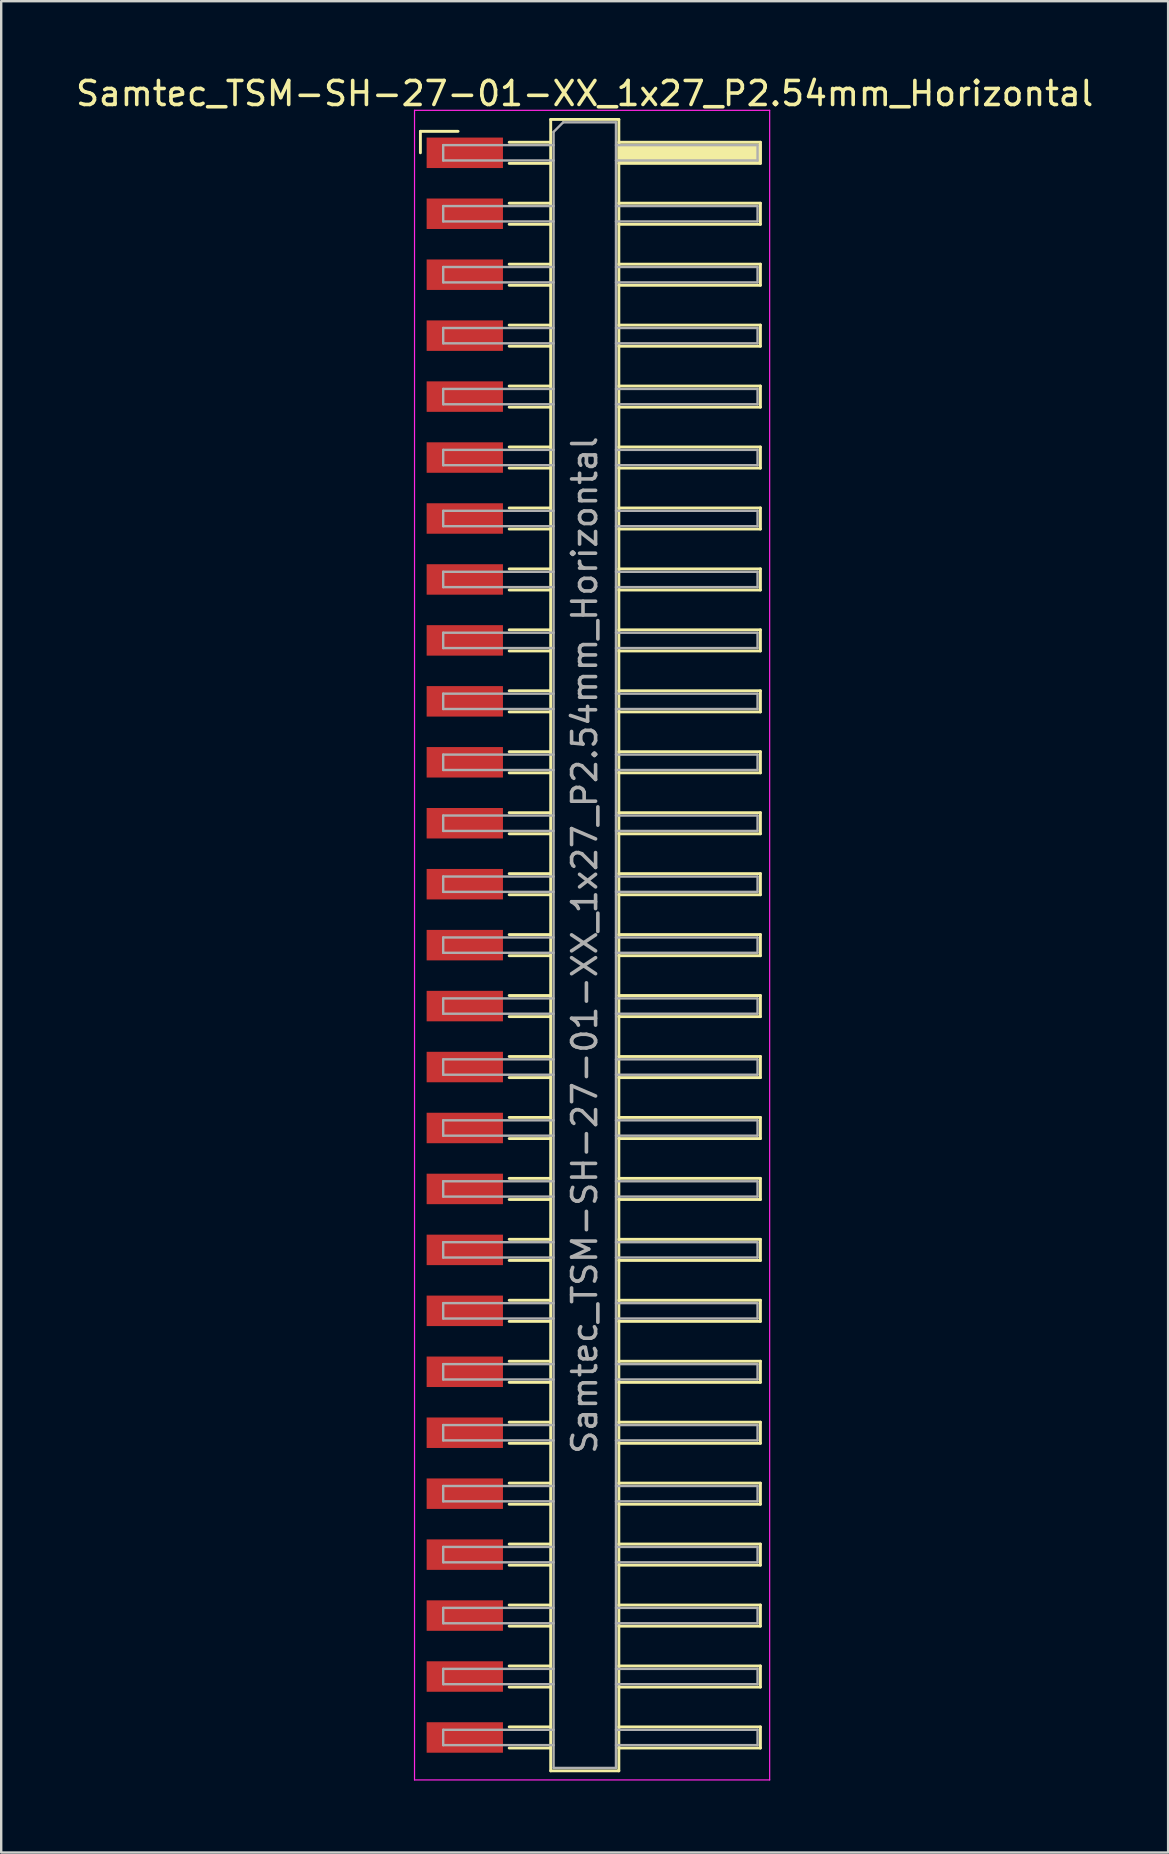
<source format=kicad_pcb>
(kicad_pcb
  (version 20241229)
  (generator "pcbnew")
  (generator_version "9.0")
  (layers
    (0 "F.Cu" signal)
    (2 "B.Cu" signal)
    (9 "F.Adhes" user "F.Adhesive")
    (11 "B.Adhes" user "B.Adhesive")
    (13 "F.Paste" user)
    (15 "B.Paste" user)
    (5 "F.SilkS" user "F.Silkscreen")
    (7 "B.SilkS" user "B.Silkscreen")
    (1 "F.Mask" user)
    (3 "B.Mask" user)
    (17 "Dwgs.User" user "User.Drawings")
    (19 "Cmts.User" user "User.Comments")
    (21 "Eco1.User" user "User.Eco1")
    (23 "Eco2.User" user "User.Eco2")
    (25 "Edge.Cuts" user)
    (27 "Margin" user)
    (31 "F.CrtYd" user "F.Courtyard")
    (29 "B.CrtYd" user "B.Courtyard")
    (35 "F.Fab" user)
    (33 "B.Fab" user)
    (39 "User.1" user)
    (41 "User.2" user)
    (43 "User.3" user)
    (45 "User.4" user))
  (footprint "Samtec_TSM-SH-27-01-XX_1x27_P2.54mm_Horizontal"
    (layer "F.Cu")
    (at 21.505 36.338)
    (property "Reference" "Samtec_TSM-SH-27-01-XX_1x27_P2.54mm_Horizontal" (at -0.19 -35.49 0) (layer "F.SilkS") (effects (font (size 1 1) (thickness 0.15))))
    (attr smd)
    (fp_line (start -7.035 -33.915) (end -5.465 -33.915) (stroke (width 0.12) (type solid)) (layer "F.SilkS"))
    (fp_line (start -7.035 -33.02) (end -7.035 -33.915) (stroke (width 0.12) (type solid)) (layer "F.SilkS"))
    (fp_line (start -3.335 -33.46) (end -1.605 -33.46) (stroke (width 0.12) (type solid)) (layer "F.SilkS"))
    (fp_line (start -3.335 -32.58) (end -1.605 -32.58) (stroke (width 0.12) (type solid)) (layer "F.SilkS"))
    (fp_line (start -3.335 -30.92) (end -1.605 -30.92) (stroke (width 0.12) (type solid)) (layer "F.SilkS"))
    (fp_line (start -3.335 -30.04) (end -1.605 -30.04) (stroke (width 0.12) (type solid)) (layer "F.SilkS"))
    (fp_line (start -3.335 -28.38) (end -1.605 -28.38) (stroke (width 0.12) (type solid)) (layer "F.SilkS"))
    (fp_line (start -3.335 -27.5) (end -1.605 -27.5) (stroke (width 0.12) (type solid)) (layer "F.SilkS"))
    (fp_line (start -3.335 -25.84) (end -1.605 -25.84) (stroke (width 0.12) (type solid)) (layer "F.SilkS"))
    (fp_line (start -3.335 -24.96) (end -1.605 -24.96) (stroke (width 0.12) (type solid)) (layer "F.SilkS"))
    (fp_line (start -3.335 -23.3) (end -1.605 -23.3) (stroke (width 0.12) (type solid)) (layer "F.SilkS"))
    (fp_line (start -3.335 -22.42) (end -1.605 -22.42) (stroke (width 0.12) (type solid)) (layer "F.SilkS"))
    (fp_line (start -3.335 -20.76) (end -1.605 -20.76) (stroke (width 0.12) (type solid)) (layer "F.SilkS"))
    (fp_line (start -3.335 -19.88) (end -1.605 -19.88) (stroke (width 0.12) (type solid)) (layer "F.SilkS"))
    (fp_line (start -3.335 -18.22) (end -1.605 -18.22) (stroke (width 0.12) (type solid)) (layer "F.SilkS"))
    (fp_line (start -3.335 -17.34) (end -1.605 -17.34) (stroke (width 0.12) (type solid)) (layer "F.SilkS"))
    (fp_line (start -3.335 -15.68) (end -1.605 -15.68) (stroke (width 0.12) (type solid)) (layer "F.SilkS"))
    (fp_line (start -3.335 -14.8) (end -1.605 -14.8) (stroke (width 0.12) (type solid)) (layer "F.SilkS"))
    (fp_line (start -3.335 -13.14) (end -1.605 -13.14) (stroke (width 0.12) (type solid)) (layer "F.SilkS"))
    (fp_line (start -3.335 -12.26) (end -1.605 -12.26) (stroke (width 0.12) (type solid)) (layer "F.SilkS"))
    (fp_line (start -3.335 -10.6) (end -1.605 -10.6) (stroke (width 0.12) (type solid)) (layer "F.SilkS"))
    (fp_line (start -3.335 -9.72) (end -1.605 -9.72) (stroke (width 0.12) (type solid)) (layer "F.SilkS"))
    (fp_line (start -3.335 -8.06) (end -1.605 -8.06) (stroke (width 0.12) (type solid)) (layer "F.SilkS"))
    (fp_line (start -3.335 -7.18) (end -1.605 -7.18) (stroke (width 0.12) (type solid)) (layer "F.SilkS"))
    (fp_line (start -3.335 -5.52) (end -1.605 -5.52) (stroke (width 0.12) (type solid)) (layer "F.SilkS"))
    (fp_line (start -3.335 -4.64) (end -1.605 -4.64) (stroke (width 0.12) (type solid)) (layer "F.SilkS"))
    (fp_line (start -3.335 -2.98) (end -1.605 -2.98) (stroke (width 0.12) (type solid)) (layer "F.SilkS"))
    (fp_line (start -3.335 -2.1) (end -1.605 -2.1) (stroke (width 0.12) (type solid)) (layer "F.SilkS"))
    (fp_line (start -3.335 -0.44) (end -1.605 -0.44) (stroke (width 0.12) (type solid)) (layer "F.SilkS"))
    (fp_line (start -3.335 0.44) (end -1.605 0.44) (stroke (width 0.12) (type solid)) (layer "F.SilkS"))
    (fp_line (start -3.335 2.1) (end -1.605 2.1) (stroke (width 0.12) (type solid)) (layer "F.SilkS"))
    (fp_line (start -3.335 2.98) (end -1.605 2.98) (stroke (width 0.12) (type solid)) (layer "F.SilkS"))
    (fp_line (start -3.335 4.64) (end -1.605 4.64) (stroke (width 0.12) (type solid)) (layer "F.SilkS"))
    (fp_line (start -3.335 5.52) (end -1.605 5.52) (stroke (width 0.12) (type solid)) (layer "F.SilkS"))
    (fp_line (start -3.335 7.18) (end -1.605 7.18) (stroke (width 0.12) (type solid)) (layer "F.SilkS"))
    (fp_line (start -3.335 8.06) (end -1.605 8.06) (stroke (width 0.12) (type solid)) (layer "F.SilkS"))
    (fp_line (start -3.335 9.72) (end -1.605 9.72) (stroke (width 0.12) (type solid)) (layer "F.SilkS"))
    (fp_line (start -3.335 10.6) (end -1.605 10.6) (stroke (width 0.12) (type solid)) (layer "F.SilkS"))
    (fp_line (start -3.335 12.26) (end -1.605 12.26) (stroke (width 0.12) (type solid)) (layer "F.SilkS"))
    (fp_line (start -3.335 13.14) (end -1.605 13.14) (stroke (width 0.12) (type solid)) (layer "F.SilkS"))
    (fp_line (start -3.335 14.8) (end -1.605 14.8) (stroke (width 0.12) (type solid)) (layer "F.SilkS"))
    (fp_line (start -3.335 15.68) (end -1.605 15.68) (stroke (width 0.12) (type solid)) (layer "F.SilkS"))
    (fp_line (start -3.335 17.34) (end -1.605 17.34) (stroke (width 0.12) (type solid)) (layer "F.SilkS"))
    (fp_line (start -3.335 18.22) (end -1.605 18.22) (stroke (width 0.12) (type solid)) (layer "F.SilkS"))
    (fp_line (start -3.335 19.88) (end -1.605 19.88) (stroke (width 0.12) (type solid)) (layer "F.SilkS"))
    (fp_line (start -3.335 20.76) (end -1.605 20.76) (stroke (width 0.12) (type solid)) (layer "F.SilkS"))
    (fp_line (start -3.335 22.42) (end -1.605 22.42) (stroke (width 0.12) (type solid)) (layer "F.SilkS"))
    (fp_line (start -3.335 23.3) (end -1.605 23.3) (stroke (width 0.12) (type solid)) (layer "F.SilkS"))
    (fp_line (start -3.335 24.96) (end -1.605 24.96) (stroke (width 0.12) (type solid)) (layer "F.SilkS"))
    (fp_line (start -3.335 25.84) (end -1.605 25.84) (stroke (width 0.12) (type solid)) (layer "F.SilkS"))
    (fp_line (start -3.335 27.5) (end -1.605 27.5) (stroke (width 0.12) (type solid)) (layer "F.SilkS"))
    (fp_line (start -3.335 28.38) (end -1.605 28.38) (stroke (width 0.12) (type solid)) (layer "F.SilkS"))
    (fp_line (start -3.335 30.04) (end -1.605 30.04) (stroke (width 0.12) (type solid)) (layer "F.SilkS"))
    (fp_line (start -3.335 30.92) (end -1.605 30.92) (stroke (width 0.12) (type solid)) (layer "F.SilkS"))
    (fp_line (start -3.335 32.58) (end -1.605 32.58) (stroke (width 0.12) (type solid)) (layer "F.SilkS"))
    (fp_line (start -3.335 33.46) (end -1.605 33.46) (stroke (width 0.12) (type solid)) (layer "F.SilkS"))
    (fp_line (start -1.605 -34.41) (end 1.235 -34.41) (stroke (width 0.12) (type solid)) (layer "F.SilkS"))
    (fp_line (start -1.605 34.41) (end -1.605 -34.41) (stroke (width 0.12) (type solid)) (layer "F.SilkS"))
    (fp_line (start 1.235 -34.41) (end 1.235 34.41) (stroke (width 0.12) (type solid)) (layer "F.SilkS"))
    (fp_line (start 1.235 -33.46) (end 7.135 -33.46) (stroke (width 0.12) (type solid)) (layer "F.SilkS"))
    (fp_line (start 1.235 -30.92) (end 7.135 -30.92) (stroke (width 0.12) (type solid)) (layer "F.SilkS"))
    (fp_line (start 1.235 -28.38) (end 7.135 -28.38) (stroke (width 0.12) (type solid)) (layer "F.SilkS"))
    (fp_line (start 1.235 -25.84) (end 7.135 -25.84) (stroke (width 0.12) (type solid)) (layer "F.SilkS"))
    (fp_line (start 1.235 -23.3) (end 7.135 -23.3) (stroke (width 0.12) (type solid)) (layer "F.SilkS"))
    (fp_line (start 1.235 -20.76) (end 7.135 -20.76) (stroke (width 0.12) (type solid)) (layer "F.SilkS"))
    (fp_line (start 1.235 -18.22) (end 7.135 -18.22) (stroke (width 0.12) (type solid)) (layer "F.SilkS"))
    (fp_line (start 1.235 -15.68) (end 7.135 -15.68) (stroke (width 0.12) (type solid)) (layer "F.SilkS"))
    (fp_line (start 1.235 -13.14) (end 7.135 -13.14) (stroke (width 0.12) (type solid)) (layer "F.SilkS"))
    (fp_line (start 1.235 -10.6) (end 7.135 -10.6) (stroke (width 0.12) (type solid)) (layer "F.SilkS"))
    (fp_line (start 1.235 -8.06) (end 7.135 -8.06) (stroke (width 0.12) (type solid)) (layer "F.SilkS"))
    (fp_line (start 1.235 -5.52) (end 7.135 -5.52) (stroke (width 0.12) (type solid)) (layer "F.SilkS"))
    (fp_line (start 1.235 -2.98) (end 7.135 -2.98) (stroke (width 0.12) (type solid)) (layer "F.SilkS"))
    (fp_line (start 1.235 -0.44) (end 7.135 -0.44) (stroke (width 0.12) (type solid)) (layer "F.SilkS"))
    (fp_line (start 1.235 2.1) (end 7.135 2.1) (stroke (width 0.12) (type solid)) (layer "F.SilkS"))
    (fp_line (start 1.235 4.64) (end 7.135 4.64) (stroke (width 0.12) (type solid)) (layer "F.SilkS"))
    (fp_line (start 1.235 7.18) (end 7.135 7.18) (stroke (width 0.12) (type solid)) (layer "F.SilkS"))
    (fp_line (start 1.235 9.72) (end 7.135 9.72) (stroke (width 0.12) (type solid)) (layer "F.SilkS"))
    (fp_line (start 1.235 12.26) (end 7.135 12.26) (stroke (width 0.12) (type solid)) (layer "F.SilkS"))
    (fp_line (start 1.235 14.8) (end 7.135 14.8) (stroke (width 0.12) (type solid)) (layer "F.SilkS"))
    (fp_line (start 1.235 17.34) (end 7.135 17.34) (stroke (width 0.12) (type solid)) (layer "F.SilkS"))
    (fp_line (start 1.235 19.88) (end 7.135 19.88) (stroke (width 0.12) (type solid)) (layer "F.SilkS"))
    (fp_line (start 1.235 22.42) (end 7.135 22.42) (stroke (width 0.12) (type solid)) (layer "F.SilkS"))
    (fp_line (start 1.235 24.96) (end 7.135 24.96) (stroke (width 0.12) (type solid)) (layer "F.SilkS"))
    (fp_line (start 1.235 27.5) (end 7.135 27.5) (stroke (width 0.12) (type solid)) (layer "F.SilkS"))
    (fp_line (start 1.235 30.04) (end 7.135 30.04) (stroke (width 0.12) (type solid)) (layer "F.SilkS"))
    (fp_line (start 1.235 32.58) (end 7.135 32.58) (stroke (width 0.12) (type solid)) (layer "F.SilkS"))
    (fp_line (start 1.235 34.41) (end -1.605 34.41) (stroke (width 0.12) (type solid)) (layer "F.SilkS"))
    (fp_line (start 7.135 -33.46) (end 7.135 -32.58) (stroke (width 0.12) (type solid)) (layer "F.SilkS"))
    (fp_line (start 7.135 -32.58) (end 1.235 -32.58) (stroke (width 0.12) (type solid)) (layer "F.SilkS"))
    (fp_line (start 7.135 -30.92) (end 7.135 -30.04) (stroke (width 0.12) (type solid)) (layer "F.SilkS"))
    (fp_line (start 7.135 -30.04) (end 1.235 -30.04) (stroke (width 0.12) (type solid)) (layer "F.SilkS"))
    (fp_line (start 7.135 -28.38) (end 7.135 -27.5) (stroke (width 0.12) (type solid)) (layer "F.SilkS"))
    (fp_line (start 7.135 -27.5) (end 1.235 -27.5) (stroke (width 0.12) (type solid)) (layer "F.SilkS"))
    (fp_line (start 7.135 -25.84) (end 7.135 -24.96) (stroke (width 0.12) (type solid)) (layer "F.SilkS"))
    (fp_line (start 7.135 -24.96) (end 1.235 -24.96) (stroke (width 0.12) (type solid)) (layer "F.SilkS"))
    (fp_line (start 7.135 -23.3) (end 7.135 -22.42) (stroke (width 0.12) (type solid)) (layer "F.SilkS"))
    (fp_line (start 7.135 -22.42) (end 1.235 -22.42) (stroke (width 0.12) (type solid)) (layer "F.SilkS"))
    (fp_line (start 7.135 -20.76) (end 7.135 -19.88) (stroke (width 0.12) (type solid)) (layer "F.SilkS"))
    (fp_line (start 7.135 -19.88) (end 1.235 -19.88) (stroke (width 0.12) (type solid)) (layer "F.SilkS"))
    (fp_line (start 7.135 -18.22) (end 7.135 -17.34) (stroke (width 0.12) (type solid)) (layer "F.SilkS"))
    (fp_line (start 7.135 -17.34) (end 1.235 -17.34) (stroke (width 0.12) (type solid)) (layer "F.SilkS"))
    (fp_line (start 7.135 -15.68) (end 7.135 -14.8) (stroke (width 0.12) (type solid)) (layer "F.SilkS"))
    (fp_line (start 7.135 -14.8) (end 1.235 -14.8) (stroke (width 0.12) (type solid)) (layer "F.SilkS"))
    (fp_line (start 7.135 -13.14) (end 7.135 -12.26) (stroke (width 0.12) (type solid)) (layer "F.SilkS"))
    (fp_line (start 7.135 -12.26) (end 1.235 -12.26) (stroke (width 0.12) (type solid)) (layer "F.SilkS"))
    (fp_line (start 7.135 -10.6) (end 7.135 -9.72) (stroke (width 0.12) (type solid)) (layer "F.SilkS"))
    (fp_line (start 7.135 -9.72) (end 1.235 -9.72) (stroke (width 0.12) (type solid)) (layer "F.SilkS"))
    (fp_line (start 7.135 -8.06) (end 7.135 -7.18) (stroke (width 0.12) (type solid)) (layer "F.SilkS"))
    (fp_line (start 7.135 -7.18) (end 1.235 -7.18) (stroke (width 0.12) (type solid)) (layer "F.SilkS"))
    (fp_line (start 7.135 -5.52) (end 7.135 -4.64) (stroke (width 0.12) (type solid)) (layer "F.SilkS"))
    (fp_line (start 7.135 -4.64) (end 1.235 -4.64) (stroke (width 0.12) (type solid)) (layer "F.SilkS"))
    (fp_line (start 7.135 -2.98) (end 7.135 -2.1) (stroke (width 0.12) (type solid)) (layer "F.SilkS"))
    (fp_line (start 7.135 -2.1) (end 1.235 -2.1) (stroke (width 0.12) (type solid)) (layer "F.SilkS"))
    (fp_line (start 7.135 -0.44) (end 7.135 0.44) (stroke (width 0.12) (type solid)) (layer "F.SilkS"))
    (fp_line (start 7.135 0.44) (end 1.235 0.44) (stroke (width 0.12) (type solid)) (layer "F.SilkS"))
    (fp_line (start 7.135 2.1) (end 7.135 2.98) (stroke (width 0.12) (type solid)) (layer "F.SilkS"))
    (fp_line (start 7.135 2.98) (end 1.235 2.98) (stroke (width 0.12) (type solid)) (layer "F.SilkS"))
    (fp_line (start 7.135 4.64) (end 7.135 5.52) (stroke (width 0.12) (type solid)) (layer "F.SilkS"))
    (fp_line (start 7.135 5.52) (end 1.235 5.52) (stroke (width 0.12) (type solid)) (layer "F.SilkS"))
    (fp_line (start 7.135 7.18) (end 7.135 8.06) (stroke (width 0.12) (type solid)) (layer "F.SilkS"))
    (fp_line (start 7.135 8.06) (end 1.235 8.06) (stroke (width 0.12) (type solid)) (layer "F.SilkS"))
    (fp_line (start 7.135 9.72) (end 7.135 10.6) (stroke (width 0.12) (type solid)) (layer "F.SilkS"))
    (fp_line (start 7.135 10.6) (end 1.235 10.6) (stroke (width 0.12) (type solid)) (layer "F.SilkS"))
    (fp_line (start 7.135 12.26) (end 7.135 13.14) (stroke (width 0.12) (type solid)) (layer "F.SilkS"))
    (fp_line (start 7.135 13.14) (end 1.235 13.14) (stroke (width 0.12) (type solid)) (layer "F.SilkS"))
    (fp_line (start 7.135 14.8) (end 7.135 15.68) (stroke (width 0.12) (type solid)) (layer "F.SilkS"))
    (fp_line (start 7.135 15.68) (end 1.235 15.68) (stroke (width 0.12) (type solid)) (layer "F.SilkS"))
    (fp_line (start 7.135 17.34) (end 7.135 18.22) (stroke (width 0.12) (type solid)) (layer "F.SilkS"))
    (fp_line (start 7.135 18.22) (end 1.235 18.22) (stroke (width 0.12) (type solid)) (layer "F.SilkS"))
    (fp_line (start 7.135 19.88) (end 7.135 20.76) (stroke (width 0.12) (type solid)) (layer "F.SilkS"))
    (fp_line (start 7.135 20.76) (end 1.235 20.76) (stroke (width 0.12) (type solid)) (layer "F.SilkS"))
    (fp_line (start 7.135 22.42) (end 7.135 23.3) (stroke (width 0.12) (type solid)) (layer "F.SilkS"))
    (fp_line (start 7.135 23.3) (end 1.235 23.3) (stroke (width 0.12) (type solid)) (layer "F.SilkS"))
    (fp_line (start 7.135 24.96) (end 7.135 25.84) (stroke (width 0.12) (type solid)) (layer "F.SilkS"))
    (fp_line (start 7.135 25.84) (end 1.235 25.84) (stroke (width 0.12) (type solid)) (layer "F.SilkS"))
    (fp_line (start 7.135 27.5) (end 7.135 28.38) (stroke (width 0.12) (type solid)) (layer "F.SilkS"))
    (fp_line (start 7.135 28.38) (end 1.235 28.38) (stroke (width 0.12) (type solid)) (layer "F.SilkS"))
    (fp_line (start 7.135 30.04) (end 7.135 30.92) (stroke (width 0.12) (type solid)) (layer "F.SilkS"))
    (fp_line (start 7.135 30.92) (end 1.235 30.92) (stroke (width 0.12) (type solid)) (layer "F.SilkS"))
    (fp_line (start 7.135 32.58) (end 7.135 33.46) (stroke (width 0.12) (type solid)) (layer "F.SilkS"))
    (fp_line (start 7.135 33.46) (end 1.235 33.46) (stroke (width 0.12) (type solid)) (layer "F.SilkS"))
    (fp_line (start -7.28 -34.79) (end 7.52 -34.79) (stroke (width 0.05) (type solid)) (layer "F.CrtYd"))
    (fp_line (start -7.28 34.79) (end -7.28 -34.79) (stroke (width 0.05) (type solid)) (layer "F.CrtYd"))
    (fp_line (start 7.52 -34.79) (end 7.52 34.79) (stroke (width 0.05) (type solid)) (layer "F.CrtYd"))
    (fp_line (start 7.52 34.79) (end -7.28 34.79) (stroke (width 0.05) (type solid)) (layer "F.CrtYd"))
    (fp_line (start -6.085 -33.34) (end -6.085 -32.7) (stroke (width 0.1) (type solid)) (layer "F.Fab"))
    (fp_line (start -6.085 -32.7) (end -1.485 -32.7) (stroke (width 0.1) (type solid)) (layer "F.Fab"))
    (fp_line (start -6.085 -30.8) (end -6.085 -30.16) (stroke (width 0.1) (type solid)) (layer "F.Fab"))
    (fp_line (start -6.085 -30.16) (end -1.485 -30.16) (stroke (width 0.1) (type solid)) (layer "F.Fab"))
    (fp_line (start -6.085 -28.26) (end -6.085 -27.62) (stroke (width 0.1) (type solid)) (layer "F.Fab"))
    (fp_line (start -6.085 -27.62) (end -1.485 -27.62) (stroke (width 0.1) (type solid)) (layer "F.Fab"))
    (fp_line (start -6.085 -25.72) (end -6.085 -25.08) (stroke (width 0.1) (type solid)) (layer "F.Fab"))
    (fp_line (start -6.085 -25.08) (end -1.485 -25.08) (stroke (width 0.1) (type solid)) (layer "F.Fab"))
    (fp_line (start -6.085 -23.18) (end -6.085 -22.54) (stroke (width 0.1) (type solid)) (layer "F.Fab"))
    (fp_line (start -6.085 -22.54) (end -1.485 -22.54) (stroke (width 0.1) (type solid)) (layer "F.Fab"))
    (fp_line (start -6.085 -20.64) (end -6.085 -20) (stroke (width 0.1) (type solid)) (layer "F.Fab"))
    (fp_line (start -6.085 -20) (end -1.485 -20) (stroke (width 0.1) (type solid)) (layer "F.Fab"))
    (fp_line (start -6.085 -18.1) (end -6.085 -17.46) (stroke (width 0.1) (type solid)) (layer "F.Fab"))
    (fp_line (start -6.085 -17.46) (end -1.485 -17.46) (stroke (width 0.1) (type solid)) (layer "F.Fab"))
    (fp_line (start -6.085 -15.56) (end -6.085 -14.92) (stroke (width 0.1) (type solid)) (layer "F.Fab"))
    (fp_line (start -6.085 -14.92) (end -1.485 -14.92) (stroke (width 0.1) (type solid)) (layer "F.Fab"))
    (fp_line (start -6.085 -13.02) (end -6.085 -12.38) (stroke (width 0.1) (type solid)) (layer "F.Fab"))
    (fp_line (start -6.085 -12.38) (end -1.485 -12.38) (stroke (width 0.1) (type solid)) (layer "F.Fab"))
    (fp_line (start -6.085 -10.48) (end -6.085 -9.84) (stroke (width 0.1) (type solid)) (layer "F.Fab"))
    (fp_line (start -6.085 -9.84) (end -1.485 -9.84) (stroke (width 0.1) (type solid)) (layer "F.Fab"))
    (fp_line (start -6.085 -7.94) (end -6.085 -7.3) (stroke (width 0.1) (type solid)) (layer "F.Fab"))
    (fp_line (start -6.085 -7.3) (end -1.485 -7.3) (stroke (width 0.1) (type solid)) (layer "F.Fab"))
    (fp_line (start -6.085 -5.4) (end -6.085 -4.76) (stroke (width 0.1) (type solid)) (layer "F.Fab"))
    (fp_line (start -6.085 -4.76) (end -1.485 -4.76) (stroke (width 0.1) (type solid)) (layer "F.Fab"))
    (fp_line (start -6.085 -2.86) (end -6.085 -2.22) (stroke (width 0.1) (type solid)) (layer "F.Fab"))
    (fp_line (start -6.085 -2.22) (end -1.485 -2.22) (stroke (width 0.1) (type solid)) (layer "F.Fab"))
    (fp_line (start -6.085 -0.32) (end -6.085 0.32) (stroke (width 0.1) (type solid)) (layer "F.Fab"))
    (fp_line (start -6.085 0.32) (end -1.485 0.32) (stroke (width 0.1) (type solid)) (layer "F.Fab"))
    (fp_line (start -6.085 2.22) (end -6.085 2.86) (stroke (width 0.1) (type solid)) (layer "F.Fab"))
    (fp_line (start -6.085 2.86) (end -1.485 2.86) (stroke (width 0.1) (type solid)) (layer "F.Fab"))
    (fp_line (start -6.085 4.76) (end -6.085 5.4) (stroke (width 0.1) (type solid)) (layer "F.Fab"))
    (fp_line (start -6.085 5.4) (end -1.485 5.4) (stroke (width 0.1) (type solid)) (layer "F.Fab"))
    (fp_line (start -6.085 7.3) (end -6.085 7.94) (stroke (width 0.1) (type solid)) (layer "F.Fab"))
    (fp_line (start -6.085 7.94) (end -1.485 7.94) (stroke (width 0.1) (type solid)) (layer "F.Fab"))
    (fp_line (start -6.085 9.84) (end -6.085 10.48) (stroke (width 0.1) (type solid)) (layer "F.Fab"))
    (fp_line (start -6.085 10.48) (end -1.485 10.48) (stroke (width 0.1) (type solid)) (layer "F.Fab"))
    (fp_line (start -6.085 12.38) (end -6.085 13.02) (stroke (width 0.1) (type solid)) (layer "F.Fab"))
    (fp_line (start -6.085 13.02) (end -1.485 13.02) (stroke (width 0.1) (type solid)) (layer "F.Fab"))
    (fp_line (start -6.085 14.92) (end -6.085 15.56) (stroke (width 0.1) (type solid)) (layer "F.Fab"))
    (fp_line (start -6.085 15.56) (end -1.485 15.56) (stroke (width 0.1) (type solid)) (layer "F.Fab"))
    (fp_line (start -6.085 17.46) (end -6.085 18.1) (stroke (width 0.1) (type solid)) (layer "F.Fab"))
    (fp_line (start -6.085 18.1) (end -1.485 18.1) (stroke (width 0.1) (type solid)) (layer "F.Fab"))
    (fp_line (start -6.085 20) (end -6.085 20.64) (stroke (width 0.1) (type solid)) (layer "F.Fab"))
    (fp_line (start -6.085 20.64) (end -1.485 20.64) (stroke (width 0.1) (type solid)) (layer "F.Fab"))
    (fp_line (start -6.085 22.54) (end -6.085 23.18) (stroke (width 0.1) (type solid)) (layer "F.Fab"))
    (fp_line (start -6.085 23.18) (end -1.485 23.18) (stroke (width 0.1) (type solid)) (layer "F.Fab"))
    (fp_line (start -6.085 25.08) (end -6.085 25.72) (stroke (width 0.1) (type solid)) (layer "F.Fab"))
    (fp_line (start -6.085 25.72) (end -1.485 25.72) (stroke (width 0.1) (type solid)) (layer "F.Fab"))
    (fp_line (start -6.085 27.62) (end -6.085 28.26) (stroke (width 0.1) (type solid)) (layer "F.Fab"))
    (fp_line (start -6.085 28.26) (end -1.485 28.26) (stroke (width 0.1) (type solid)) (layer "F.Fab"))
    (fp_line (start -6.085 30.16) (end -6.085 30.8) (stroke (width 0.1) (type solid)) (layer "F.Fab"))
    (fp_line (start -6.085 30.8) (end -1.485 30.8) (stroke (width 0.1) (type solid)) (layer "F.Fab"))
    (fp_line (start -6.085 32.7) (end -6.085 33.34) (stroke (width 0.1) (type solid)) (layer "F.Fab"))
    (fp_line (start -6.085 33.34) (end -1.485 33.34) (stroke (width 0.1) (type solid)) (layer "F.Fab"))
    (fp_line (start -1.485 -33.89) (end -1.085 -34.29) (stroke (width 0.1) (type solid)) (layer "F.Fab"))
    (fp_line (start -1.485 -33.34) (end -6.085 -33.34) (stroke (width 0.1) (type solid)) (layer "F.Fab"))
    (fp_line (start -1.485 -30.8) (end -6.085 -30.8) (stroke (width 0.1) (type solid)) (layer "F.Fab"))
    (fp_line (start -1.485 -28.26) (end -6.085 -28.26) (stroke (width 0.1) (type solid)) (layer "F.Fab"))
    (fp_line (start -1.485 -25.72) (end -6.085 -25.72) (stroke (width 0.1) (type solid)) (layer "F.Fab"))
    (fp_line (start -1.485 -23.18) (end -6.085 -23.18) (stroke (width 0.1) (type solid)) (layer "F.Fab"))
    (fp_line (start -1.485 -20.64) (end -6.085 -20.64) (stroke (width 0.1) (type solid)) (layer "F.Fab"))
    (fp_line (start -1.485 -18.1) (end -6.085 -18.1) (stroke (width 0.1) (type solid)) (layer "F.Fab"))
    (fp_line (start -1.485 -15.56) (end -6.085 -15.56) (stroke (width 0.1) (type solid)) (layer "F.Fab"))
    (fp_line (start -1.485 -13.02) (end -6.085 -13.02) (stroke (width 0.1) (type solid)) (layer "F.Fab"))
    (fp_line (start -1.485 -10.48) (end -6.085 -10.48) (stroke (width 0.1) (type solid)) (layer "F.Fab"))
    (fp_line (start -1.485 -7.94) (end -6.085 -7.94) (stroke (width 0.1) (type solid)) (layer "F.Fab"))
    (fp_line (start -1.485 -5.4) (end -6.085 -5.4) (stroke (width 0.1) (type solid)) (layer "F.Fab"))
    (fp_line (start -1.485 -2.86) (end -6.085 -2.86) (stroke (width 0.1) (type solid)) (layer "F.Fab"))
    (fp_line (start -1.485 -0.32) (end -6.085 -0.32) (stroke (width 0.1) (type solid)) (layer "F.Fab"))
    (fp_line (start -1.485 2.22) (end -6.085 2.22) (stroke (width 0.1) (type solid)) (layer "F.Fab"))
    (fp_line (start -1.485 4.76) (end -6.085 4.76) (stroke (width 0.1) (type solid)) (layer "F.Fab"))
    (fp_line (start -1.485 7.3) (end -6.085 7.3) (stroke (width 0.1) (type solid)) (layer "F.Fab"))
    (fp_line (start -1.485 9.84) (end -6.085 9.84) (stroke (width 0.1) (type solid)) (layer "F.Fab"))
    (fp_line (start -1.485 12.38) (end -6.085 12.38) (stroke (width 0.1) (type solid)) (layer "F.Fab"))
    (fp_line (start -1.485 14.92) (end -6.085 14.92) (stroke (width 0.1) (type solid)) (layer "F.Fab"))
    (fp_line (start -1.485 17.46) (end -6.085 17.46) (stroke (width 0.1) (type solid)) (layer "F.Fab"))
    (fp_line (start -1.485 20) (end -6.085 20) (stroke (width 0.1) (type solid)) (layer "F.Fab"))
    (fp_line (start -1.485 22.54) (end -6.085 22.54) (stroke (width 0.1) (type solid)) (layer "F.Fab"))
    (fp_line (start -1.485 25.08) (end -6.085 25.08) (stroke (width 0.1) (type solid)) (layer "F.Fab"))
    (fp_line (start -1.485 27.62) (end -6.085 27.62) (stroke (width 0.1) (type solid)) (layer "F.Fab"))
    (fp_line (start -1.485 30.16) (end -6.085 30.16) (stroke (width 0.1) (type solid)) (layer "F.Fab"))
    (fp_line (start -1.485 32.7) (end -6.085 32.7) (stroke (width 0.1) (type solid)) (layer "F.Fab"))
    (fp_line (start -1.485 34.29) (end -1.485 -33.89) (stroke (width 0.1) (type solid)) (layer "F.Fab"))
    (fp_line (start -1.085 -34.29) (end 1.115 -34.29) (stroke (width 0.1) (type solid)) (layer "F.Fab"))
    (fp_line (start 1.115 -34.29) (end 1.115 34.29) (stroke (width 0.1) (type solid)) (layer "F.Fab"))
    (fp_line (start 1.115 -33.34) (end 7.015 -33.34) (stroke (width 0.1) (type solid)) (layer "F.Fab"))
    (fp_line (start 1.115 -30.8) (end 7.015 -30.8) (stroke (width 0.1) (type solid)) (layer "F.Fab"))
    (fp_line (start 1.115 -28.26) (end 7.015 -28.26) (stroke (width 0.1) (type solid)) (layer "F.Fab"))
    (fp_line (start 1.115 -25.72) (end 7.015 -25.72) (stroke (width 0.1) (type solid)) (layer "F.Fab"))
    (fp_line (start 1.115 -23.18) (end 7.015 -23.18) (stroke (width 0.1) (type solid)) (layer "F.Fab"))
    (fp_line (start 1.115 -20.64) (end 7.015 -20.64) (stroke (width 0.1) (type solid)) (layer "F.Fab"))
    (fp_line (start 1.115 -18.1) (end 7.015 -18.1) (stroke (width 0.1) (type solid)) (layer "F.Fab"))
    (fp_line (start 1.115 -15.56) (end 7.015 -15.56) (stroke (width 0.1) (type solid)) (layer "F.Fab"))
    (fp_line (start 1.115 -13.02) (end 7.015 -13.02) (stroke (width 0.1) (type solid)) (layer "F.Fab"))
    (fp_line (start 1.115 -10.48) (end 7.015 -10.48) (stroke (width 0.1) (type solid)) (layer "F.Fab"))
    (fp_line (start 1.115 -7.94) (end 7.015 -7.94) (stroke (width 0.1) (type solid)) (layer "F.Fab"))
    (fp_line (start 1.115 -5.4) (end 7.015 -5.4) (stroke (width 0.1) (type solid)) (layer "F.Fab"))
    (fp_line (start 1.115 -2.86) (end 7.015 -2.86) (stroke (width 0.1) (type solid)) (layer "F.Fab"))
    (fp_line (start 1.115 -0.32) (end 7.015 -0.32) (stroke (width 0.1) (type solid)) (layer "F.Fab"))
    (fp_line (start 1.115 2.22) (end 7.015 2.22) (stroke (width 0.1) (type solid)) (layer "F.Fab"))
    (fp_line (start 1.115 4.76) (end 7.015 4.76) (stroke (width 0.1) (type solid)) (layer "F.Fab"))
    (fp_line (start 1.115 7.3) (end 7.015 7.3) (stroke (width 0.1) (type solid)) (layer "F.Fab"))
    (fp_line (start 1.115 9.84) (end 7.015 9.84) (stroke (width 0.1) (type solid)) (layer "F.Fab"))
    (fp_line (start 1.115 12.38) (end 7.015 12.38) (stroke (width 0.1) (type solid)) (layer "F.Fab"))
    (fp_line (start 1.115 14.92) (end 7.015 14.92) (stroke (width 0.1) (type solid)) (layer "F.Fab"))
    (fp_line (start 1.115 17.46) (end 7.015 17.46) (stroke (width 0.1) (type solid)) (layer "F.Fab"))
    (fp_line (start 1.115 20) (end 7.015 20) (stroke (width 0.1) (type solid)) (layer "F.Fab"))
    (fp_line (start 1.115 22.54) (end 7.015 22.54) (stroke (width 0.1) (type solid)) (layer "F.Fab"))
    (fp_line (start 1.115 25.08) (end 7.015 25.08) (stroke (width 0.1) (type solid)) (layer "F.Fab"))
    (fp_line (start 1.115 27.62) (end 7.015 27.62) (stroke (width 0.1) (type solid)) (layer "F.Fab"))
    (fp_line (start 1.115 30.16) (end 7.015 30.16) (stroke (width 0.1) (type solid)) (layer "F.Fab"))
    (fp_line (start 1.115 32.7) (end 7.015 32.7) (stroke (width 0.1) (type solid)) (layer "F.Fab"))
    (fp_line (start 1.115 34.29) (end -1.485 34.29) (stroke (width 0.1) (type solid)) (layer "F.Fab"))
    (fp_line (start 7.015 -33.34) (end 7.015 -32.7) (stroke (width 0.1) (type solid)) (layer "F.Fab"))
    (fp_line (start 7.015 -32.7) (end 1.115 -32.7) (stroke (width 0.1) (type solid)) (layer "F.Fab"))
    (fp_line (start 7.015 -30.8) (end 7.015 -30.16) (stroke (width 0.1) (type solid)) (layer "F.Fab"))
    (fp_line (start 7.015 -30.16) (end 1.115 -30.16) (stroke (width 0.1) (type solid)) (layer "F.Fab"))
    (fp_line (start 7.015 -28.26) (end 7.015 -27.62) (stroke (width 0.1) (type solid)) (layer "F.Fab"))
    (fp_line (start 7.015 -27.62) (end 1.115 -27.62) (stroke (width 0.1) (type solid)) (layer "F.Fab"))
    (fp_line (start 7.015 -25.72) (end 7.015 -25.08) (stroke (width 0.1) (type solid)) (layer "F.Fab"))
    (fp_line (start 7.015 -25.08) (end 1.115 -25.08) (stroke (width 0.1) (type solid)) (layer "F.Fab"))
    (fp_line (start 7.015 -23.18) (end 7.015 -22.54) (stroke (width 0.1) (type solid)) (layer "F.Fab"))
    (fp_line (start 7.015 -22.54) (end 1.115 -22.54) (stroke (width 0.1) (type solid)) (layer "F.Fab"))
    (fp_line (start 7.015 -20.64) (end 7.015 -20) (stroke (width 0.1) (type solid)) (layer "F.Fab"))
    (fp_line (start 7.015 -20) (end 1.115 -20) (stroke (width 0.1) (type solid)) (layer "F.Fab"))
    (fp_line (start 7.015 -18.1) (end 7.015 -17.46) (stroke (width 0.1) (type solid)) (layer "F.Fab"))
    (fp_line (start 7.015 -17.46) (end 1.115 -17.46) (stroke (width 0.1) (type solid)) (layer "F.Fab"))
    (fp_line (start 7.015 -15.56) (end 7.015 -14.92) (stroke (width 0.1) (type solid)) (layer "F.Fab"))
    (fp_line (start 7.015 -14.92) (end 1.115 -14.92) (stroke (width 0.1) (type solid)) (layer "F.Fab"))
    (fp_line (start 7.015 -13.02) (end 7.015 -12.38) (stroke (width 0.1) (type solid)) (layer "F.Fab"))
    (fp_line (start 7.015 -12.38) (end 1.115 -12.38) (stroke (width 0.1) (type solid)) (layer "F.Fab"))
    (fp_line (start 7.015 -10.48) (end 7.015 -9.84) (stroke (width 0.1) (type solid)) (layer "F.Fab"))
    (fp_line (start 7.015 -9.84) (end 1.115 -9.84) (stroke (width 0.1) (type solid)) (layer "F.Fab"))
    (fp_line (start 7.015 -7.94) (end 7.015 -7.3) (stroke (width 0.1) (type solid)) (layer "F.Fab"))
    (fp_line (start 7.015 -7.3) (end 1.115 -7.3) (stroke (width 0.1) (type solid)) (layer "F.Fab"))
    (fp_line (start 7.015 -5.4) (end 7.015 -4.76) (stroke (width 0.1) (type solid)) (layer "F.Fab"))
    (fp_line (start 7.015 -4.76) (end 1.115 -4.76) (stroke (width 0.1) (type solid)) (layer "F.Fab"))
    (fp_line (start 7.015 -2.86) (end 7.015 -2.22) (stroke (width 0.1) (type solid)) (layer "F.Fab"))
    (fp_line (start 7.015 -2.22) (end 1.115 -2.22) (stroke (width 0.1) (type solid)) (layer "F.Fab"))
    (fp_line (start 7.015 -0.32) (end 7.015 0.32) (stroke (width 0.1) (type solid)) (layer "F.Fab"))
    (fp_line (start 7.015 0.32) (end 1.115 0.32) (stroke (width 0.1) (type solid)) (layer "F.Fab"))
    (fp_line (start 7.015 2.22) (end 7.015 2.86) (stroke (width 0.1) (type solid)) (layer "F.Fab"))
    (fp_line (start 7.015 2.86) (end 1.115 2.86) (stroke (width 0.1) (type solid)) (layer "F.Fab"))
    (fp_line (start 7.015 4.76) (end 7.015 5.4) (stroke (width 0.1) (type solid)) (layer "F.Fab"))
    (fp_line (start 7.015 5.4) (end 1.115 5.4) (stroke (width 0.1) (type solid)) (layer "F.Fab"))
    (fp_line (start 7.015 7.3) (end 7.015 7.94) (stroke (width 0.1) (type solid)) (layer "F.Fab"))
    (fp_line (start 7.015 7.94) (end 1.115 7.94) (stroke (width 0.1) (type solid)) (layer "F.Fab"))
    (fp_line (start 7.015 9.84) (end 7.015 10.48) (stroke (width 0.1) (type solid)) (layer "F.Fab"))
    (fp_line (start 7.015 10.48) (end 1.115 10.48) (stroke (width 0.1) (type solid)) (layer "F.Fab"))
    (fp_line (start 7.015 12.38) (end 7.015 13.02) (stroke (width 0.1) (type solid)) (layer "F.Fab"))
    (fp_line (start 7.015 13.02) (end 1.115 13.02) (stroke (width 0.1) (type solid)) (layer "F.Fab"))
    (fp_line (start 7.015 14.92) (end 7.015 15.56) (stroke (width 0.1) (type solid)) (layer "F.Fab"))
    (fp_line (start 7.015 15.56) (end 1.115 15.56) (stroke (width 0.1) (type solid)) (layer "F.Fab"))
    (fp_line (start 7.015 17.46) (end 7.015 18.1) (stroke (width 0.1) (type solid)) (layer "F.Fab"))
    (fp_line (start 7.015 18.1) (end 1.115 18.1) (stroke (width 0.1) (type solid)) (layer "F.Fab"))
    (fp_line (start 7.015 20) (end 7.015 20.64) (stroke (width 0.1) (type solid)) (layer "F.Fab"))
    (fp_line (start 7.015 20.64) (end 1.115 20.64) (stroke (width 0.1) (type solid)) (layer "F.Fab"))
    (fp_line (start 7.015 22.54) (end 7.015 23.18) (stroke (width 0.1) (type solid)) (layer "F.Fab"))
    (fp_line (start 7.015 23.18) (end 1.115 23.18) (stroke (width 0.1) (type solid)) (layer "F.Fab"))
    (fp_line (start 7.015 25.08) (end 7.015 25.72) (stroke (width 0.1) (type solid)) (layer "F.Fab"))
    (fp_line (start 7.015 25.72) (end 1.115 25.72) (stroke (width 0.1) (type solid)) (layer "F.Fab"))
    (fp_line (start 7.015 27.62) (end 7.015 28.26) (stroke (width 0.1) (type solid)) (layer "F.Fab"))
    (fp_line (start 7.015 28.26) (end 1.115 28.26) (stroke (width 0.1) (type solid)) (layer "F.Fab"))
    (fp_line (start 7.015 30.16) (end 7.015 30.8) (stroke (width 0.1) (type solid)) (layer "F.Fab"))
    (fp_line (start 7.015 30.8) (end 1.115 30.8) (stroke (width 0.1) (type solid)) (layer "F.Fab"))
    (fp_line (start 7.015 32.7) (end 7.015 33.34) (stroke (width 0.1) (type solid)) (layer "F.Fab"))
    (fp_line (start 7.015 33.34) (end 1.115 33.34) (stroke (width 0.1) (type solid)) (layer "F.Fab"))
    (fp_text user "${REFERENCE}" (at -0.19 0 90) (layer "F.Fab") (effects (font (size 1 1) (thickness 0.15))))
    (pad "" smd rect (at 4.185 -33.02) (size 6 0.76) (layers "F.SilkS"))
    (pad "1" smd rect (at -5.185 -33.02) (size 3.18 1.27) (layers "F.Cu" "F.Mask" "F.Paste"))
    (pad "2" smd rect (at -5.185 -30.48) (size 3.18 1.27) (layers "F.Cu" "F.Mask" "F.Paste"))
    (pad "3" smd rect (at -5.185 -27.94) (size 3.18 1.27) (layers "F.Cu" "F.Mask" "F.Paste"))
    (pad "4" smd rect (at -5.185 -25.4) (size 3.18 1.27) (layers "F.Cu" "F.Mask" "F.Paste"))
    (pad "5" smd rect (at -5.185 -22.86) (size 3.18 1.27) (layers "F.Cu" "F.Mask" "F.Paste"))
    (pad "6" smd rect (at -5.185 -20.32) (size 3.18 1.27) (layers "F.Cu" "F.Mask" "F.Paste"))
    (pad "7" smd rect (at -5.185 -17.78) (size 3.18 1.27) (layers "F.Cu" "F.Mask" "F.Paste"))
    (pad "8" smd rect (at -5.185 -15.24) (size 3.18 1.27) (layers "F.Cu" "F.Mask" "F.Paste"))
    (pad "9" smd rect (at -5.185 -12.7) (size 3.18 1.27) (layers "F.Cu" "F.Mask" "F.Paste"))
    (pad "10" smd rect (at -5.185 -10.16) (size 3.18 1.27) (layers "F.Cu" "F.Mask" "F.Paste"))
    (pad "11" smd rect (at -5.185 -7.62) (size 3.18 1.27) (layers "F.Cu" "F.Mask" "F.Paste"))
    (pad "12" smd rect (at -5.185 -5.08) (size 3.18 1.27) (layers "F.Cu" "F.Mask" "F.Paste"))
    (pad "13" smd rect (at -5.185 -2.54) (size 3.18 1.27) (layers "F.Cu" "F.Mask" "F.Paste"))
    (pad "14" smd rect (at -5.185 0) (size 3.18 1.27) (layers "F.Cu" "F.Mask" "F.Paste"))
    (pad "15" smd rect (at -5.185 2.54) (size 3.18 1.27) (layers "F.Cu" "F.Mask" "F.Paste"))
    (pad "16" smd rect (at -5.185 5.08) (size 3.18 1.27) (layers "F.Cu" "F.Mask" "F.Paste"))
    (pad "17" smd rect (at -5.185 7.62) (size 3.18 1.27) (layers "F.Cu" "F.Mask" "F.Paste"))
    (pad "18" smd rect (at -5.185 10.16) (size 3.18 1.27) (layers "F.Cu" "F.Mask" "F.Paste"))
    (pad "19" smd rect (at -5.185 12.7) (size 3.18 1.27) (layers "F.Cu" "F.Mask" "F.Paste"))
    (pad "20" smd rect (at -5.185 15.24) (size 3.18 1.27) (layers "F.Cu" "F.Mask" "F.Paste"))
    (pad "21" smd rect (at -5.185 17.78) (size 3.18 1.27) (layers "F.Cu" "F.Mask" "F.Paste"))
    (pad "22" smd rect (at -5.185 20.32) (size 3.18 1.27) (layers "F.Cu" "F.Mask" "F.Paste"))
    (pad "23" smd rect (at -5.185 22.86) (size 3.18 1.27) (layers "F.Cu" "F.Mask" "F.Paste"))
    (pad "24" smd rect (at -5.185 25.4) (size 3.18 1.27) (layers "F.Cu" "F.Mask" "F.Paste"))
    (pad "25" smd rect (at -5.185 27.94) (size 3.18 1.27) (layers "F.Cu" "F.Mask" "F.Paste"))
    (pad "26" smd rect (at -5.185 30.48) (size 3.18 1.27) (layers "F.Cu" "F.Mask" "F.Paste"))
    (pad "27" smd rect (at -5.185 33.02) (size 3.18 1.27) (layers "F.Cu" "F.Mask" "F.Paste")))
  (gr_rect
    (start -3 -3)
    (end 45.631 74.153)
    (stroke (width 0.1) (type default))
    (fill no)
    (layer "Edge.Cuts")))
</source>
